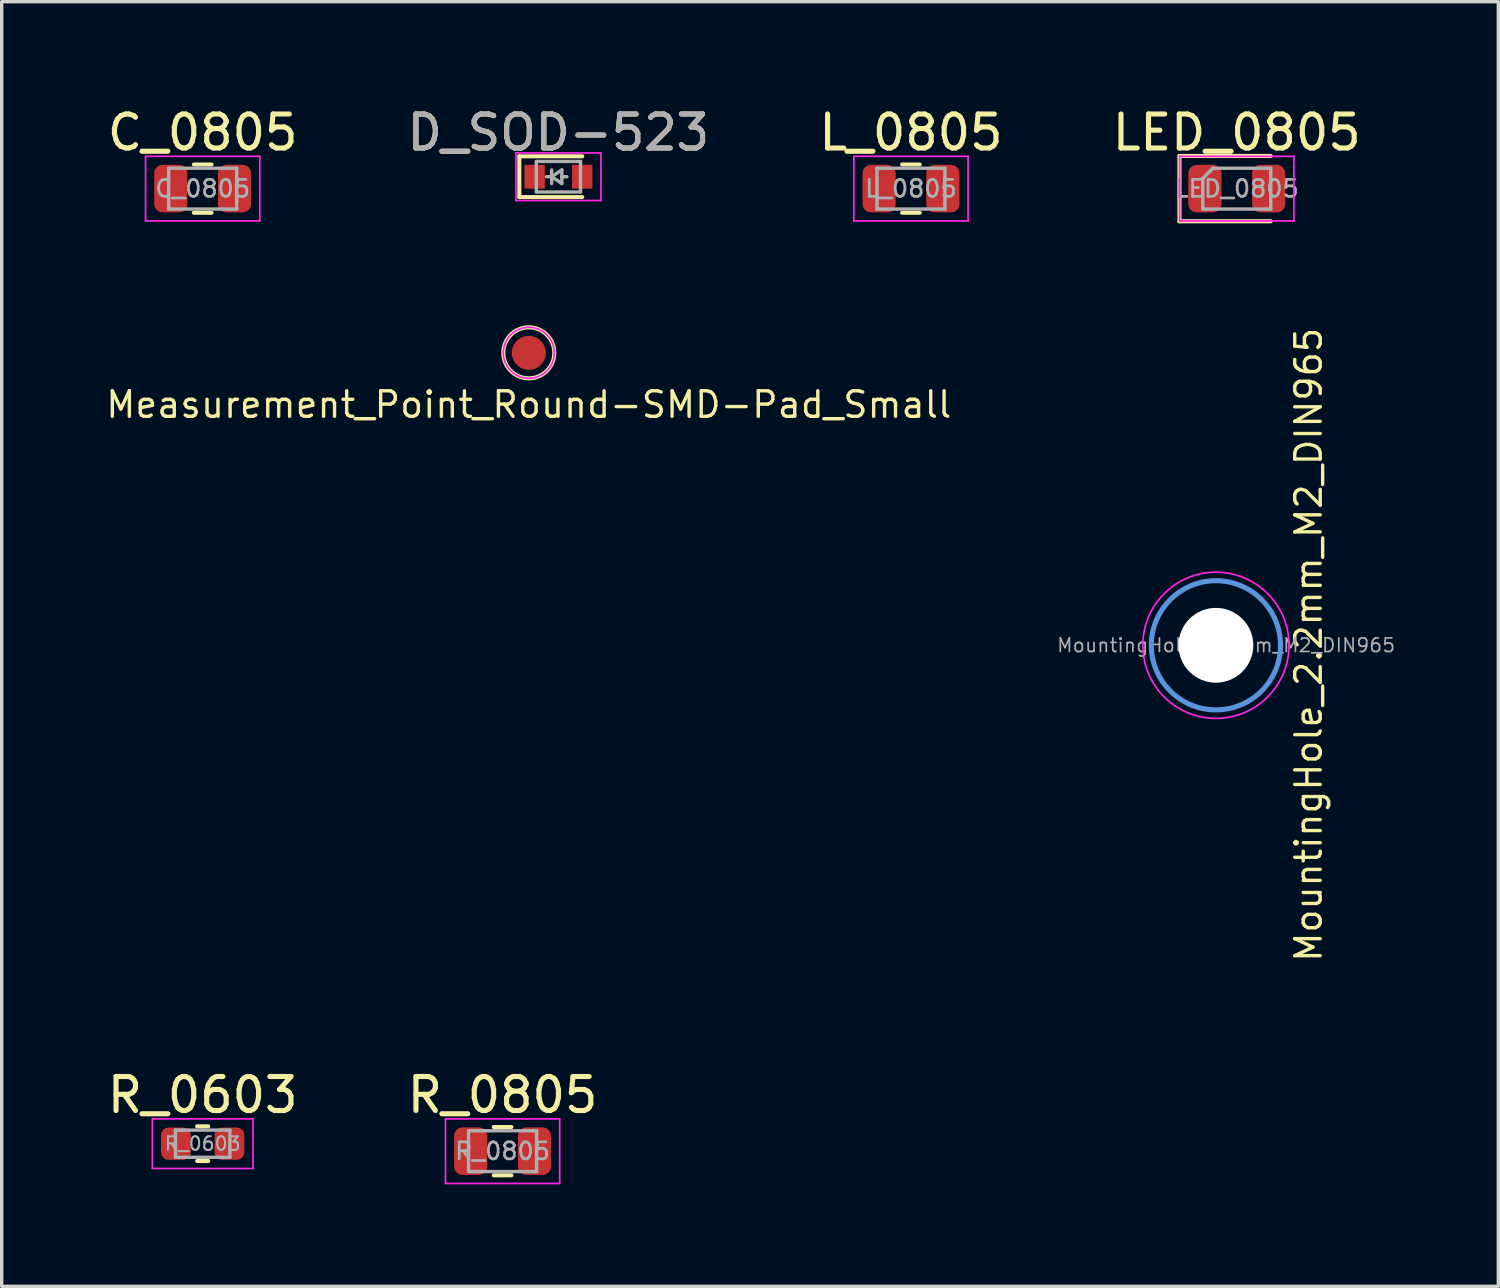
<source format=kicad_pcb>
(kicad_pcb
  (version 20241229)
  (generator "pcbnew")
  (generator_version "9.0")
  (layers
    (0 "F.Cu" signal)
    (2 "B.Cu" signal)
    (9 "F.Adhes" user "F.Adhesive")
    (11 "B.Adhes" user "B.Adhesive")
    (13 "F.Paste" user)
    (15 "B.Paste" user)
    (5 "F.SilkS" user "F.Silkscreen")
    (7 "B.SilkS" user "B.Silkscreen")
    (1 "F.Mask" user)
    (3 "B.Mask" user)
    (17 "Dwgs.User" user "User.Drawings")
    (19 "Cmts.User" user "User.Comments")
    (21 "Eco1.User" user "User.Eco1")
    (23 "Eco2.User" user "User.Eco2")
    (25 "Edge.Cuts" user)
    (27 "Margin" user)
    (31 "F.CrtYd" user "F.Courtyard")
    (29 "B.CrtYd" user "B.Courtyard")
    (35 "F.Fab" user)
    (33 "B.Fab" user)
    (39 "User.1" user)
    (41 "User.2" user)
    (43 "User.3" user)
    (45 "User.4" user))
  (footprint "LED_0805"
    (layer "F.Cu")
    (at 33.327 2.498)
    (property "Reference" "LED_0805" (at 0 -1.65 0) (layer "F.SilkS") (effects (font (size 1 1) (thickness 0.15))))
    (attr smd)
    (fp_line (start -1.685 -0.96) (end -1.685 0.96) (stroke (width 0.12) (type solid)) (layer "F.SilkS"))
    (fp_line (start -1.685 0.96) (end 1 0.96) (stroke (width 0.12) (type solid)) (layer "F.SilkS"))
    (fp_line (start 1 -0.96) (end -1.685 -0.96) (stroke (width 0.12) (type solid)) (layer "F.SilkS"))
    (fp_line (start -1.68 -0.95) (end 1.68 -0.95) (stroke (width 0.05) (type solid)) (layer "F.CrtYd"))
    (fp_line (start -1.68 0.95) (end -1.68 -0.95) (stroke (width 0.05) (type solid)) (layer "F.CrtYd"))
    (fp_line (start 1.68 -0.95) (end 1.68 0.95) (stroke (width 0.05) (type solid)) (layer "F.CrtYd"))
    (fp_line (start 1.68 0.95) (end -1.68 0.95) (stroke (width 0.05) (type solid)) (layer "F.CrtYd"))
    (fp_line (start -1 -0.3) (end -1 0.6) (stroke (width 0.1) (type solid)) (layer "F.Fab"))
    (fp_line (start -1 0.6) (end 1 0.6) (stroke (width 0.1) (type solid)) (layer "F.Fab"))
    (fp_line (start -0.7 -0.6) (end -1 -0.3) (stroke (width 0.1) (type solid)) (layer "F.Fab"))
    (fp_line (start 1 -0.6) (end -0.7 -0.6) (stroke (width 0.1) (type solid)) (layer "F.Fab"))
    (fp_line (start 1 0.6) (end 1 -0.6) (stroke (width 0.1) (type solid)) (layer "F.Fab"))
    (fp_text user "${REFERENCE}" (at 0 0 0) (layer "F.Fab") (effects (font (size 0.5 0.5) (thickness 0.08))))
    (pad "1" smd roundrect (at -0.938 0) (size 0.975 1.4) (layers "F.Cu" "F.Mask" "F.Paste") (roundrect_rratio 0.25))
    (pad "2" smd roundrect (at 0.938 0) (size 0.975 1.4) (layers "F.Cu" "F.Mask" "F.Paste") (roundrect_rratio 0.25)))
  (footprint "Measurement_Point_Round-SMD-Pad_Small"
    (layer "F.Cu")
    (at 12.504 7.328)
    (property "Reference" "Measurement_Point_Round-SMD-Pad_Small" (at 0 1.524 0) (layer "F.SilkS") (effects (font (size 0.75 0.75) (thickness 0.1))))
    (attr exclude_from_pos_files exclude_from_bom)
    (fp_circle (center 0 0) (end 0.75 0) (stroke (width 0.12) (type solid)) (fill no) (layer "F.SilkS"))
    (fp_circle (center 0 0) (end 0.75 0) (stroke (width 0.05) (type solid)) (fill no) (layer "F.CrtYd"))
    (pad "1" smd circle (at 0 0) (size 1 1) (layers "F.Cu" "F.Mask")))
  (footprint "D_SOD-523"
    (layer "F.Cu")
    (at 13.375 2.148)
    (property "Reference" "D_SOD-523" (at 0 -1.3 0) (layer "F.SilkS") (effects (font (size 1 1) (thickness 0.15))))
    (attr smd)
    (fp_line (start -1.15 -0.6) (end -1.15 0.6) (stroke (width 0.12) (type solid)) (layer "F.SilkS"))
    (fp_line (start 0.7 -0.6) (end -1.15 -0.6) (stroke (width 0.12) (type solid)) (layer "F.SilkS"))
    (fp_line (start 0.7 0.6) (end -1.15 0.6) (stroke (width 0.12) (type solid)) (layer "F.SilkS"))
    (fp_line (start -1.25 -0.7) (end 1.25 -0.7) (stroke (width 0.05) (type solid)) (layer "F.CrtYd"))
    (fp_line (start -1.25 0.7) (end -1.25 -0.7) (stroke (width 0.05) (type solid)) (layer "F.CrtYd"))
    (fp_line (start 1.25 -0.7) (end 1.25 0.7) (stroke (width 0.05) (type solid)) (layer "F.CrtYd"))
    (fp_line (start 1.25 0.7) (end -1.25 0.7) (stroke (width 0.05) (type solid)) (layer "F.CrtYd"))
    (fp_line (start -0.65 -0.45) (end 0.65 -0.45) (stroke (width 0.1) (type solid)) (layer "F.Fab"))
    (fp_line (start -0.65 0.45) (end -0.65 -0.45) (stroke (width 0.1) (type solid)) (layer "F.Fab"))
    (fp_line (start -0.2 0) (end -0.35 0) (stroke (width 0.1) (type solid)) (layer "F.Fab"))
    (fp_line (start -0.2 0) (end 0.1 0.2) (stroke (width 0.1) (type solid)) (layer "F.Fab"))
    (fp_line (start -0.2 0.2) (end -0.2 -0.2) (stroke (width 0.1) (type solid)) (layer "F.Fab"))
    (fp_line (start 0.1 -0.2) (end -0.2 0) (stroke (width 0.1) (type solid)) (layer "F.Fab"))
    (fp_line (start 0.1 0) (end 0.25 0) (stroke (width 0.1) (type solid)) (layer "F.Fab"))
    (fp_line (start 0.1 0.2) (end 0.1 -0.2) (stroke (width 0.1) (type solid)) (layer "F.Fab"))
    (fp_line (start 0.65 -0.45) (end 0.65 0.45) (stroke (width 0.1) (type solid)) (layer "F.Fab"))
    (fp_line (start 0.65 0.45) (end -0.65 0.45) (stroke (width 0.1) (type solid)) (layer "F.Fab"))
    (fp_text user "${REFERENCE}" (at 0 -1.3 0) (layer "F.Fab") (effects (font (size 1 1) (thickness 0.15))))
    (pad "1" smd rect (at -0.7 0 180) (size 0.6 0.7) (layers "F.Cu" "F.Mask" "F.Paste"))
    (pad "2" smd rect (at 0.7 0 180) (size 0.6 0.7) (layers "F.Cu" "F.Mask" "F.Paste")))
  (footprint "L_0805"
    (layer "F.Cu")
    (at 23.744 2.498)
    (property "Reference" "L_0805" (at 0 -1.65 0) (layer "F.SilkS") (effects (font (size 1 1) (thickness 0.15))))
    (attr smd)
    (fp_line (start -0.259 -0.71) (end 0.259 -0.71) (stroke (width 0.12) (type solid)) (layer "F.SilkS"))
    (fp_line (start -0.259 0.71) (end 0.259 0.71) (stroke (width 0.12) (type solid)) (layer "F.SilkS"))
    (fp_line (start -1.68 -0.95) (end 1.68 -0.95) (stroke (width 0.05) (type solid)) (layer "F.CrtYd"))
    (fp_line (start -1.68 0.95) (end -1.68 -0.95) (stroke (width 0.05) (type solid)) (layer "F.CrtYd"))
    (fp_line (start 1.68 -0.95) (end 1.68 0.95) (stroke (width 0.05) (type solid)) (layer "F.CrtYd"))
    (fp_line (start 1.68 0.95) (end -1.68 0.95) (stroke (width 0.05) (type solid)) (layer "F.CrtYd"))
    (fp_line (start -1 -0.6) (end 1 -0.6) (stroke (width 0.1) (type solid)) (layer "F.Fab"))
    (fp_line (start -1 0.6) (end -1 -0.6) (stroke (width 0.1) (type solid)) (layer "F.Fab"))
    (fp_line (start 1 -0.6) (end 1 0.6) (stroke (width 0.1) (type solid)) (layer "F.Fab"))
    (fp_line (start 1 0.6) (end -1 0.6) (stroke (width 0.1) (type solid)) (layer "F.Fab"))
    (fp_text user "${REFERENCE}" (at 0 0 0) (layer "F.Fab") (effects (font (size 0.5 0.5) (thickness 0.08))))
    (pad "1" smd roundrect (at -0.938 0) (size 0.975 1.4) (layers "F.Cu" "F.Mask" "F.Paste") (roundrect_rratio 0.25))
    (pad "2" smd roundrect (at 0.938 0) (size 0.975 1.4) (layers "F.Cu" "F.Mask" "F.Paste") (roundrect_rratio 0.25)))
  (footprint "R_0805"
    (layer "F.Cu")
    (at 11.732 30.809)
    (property "Reference" "R_0805" (at 0 -1.65 0) (layer "F.SilkS") (effects (font (size 1 1) (thickness 0.15))))
    (attr smd)
    (fp_line (start -0.259 -0.71) (end 0.259 -0.71) (stroke (width 0.12) (type solid)) (layer "F.SilkS"))
    (fp_line (start -0.259 0.71) (end 0.259 0.71) (stroke (width 0.12) (type solid)) (layer "F.SilkS"))
    (fp_line (start -1.68 -0.95) (end 1.68 -0.95) (stroke (width 0.05) (type solid)) (layer "F.CrtYd"))
    (fp_line (start -1.68 0.95) (end -1.68 -0.95) (stroke (width 0.05) (type solid)) (layer "F.CrtYd"))
    (fp_line (start 1.68 -0.95) (end 1.68 0.95) (stroke (width 0.05) (type solid)) (layer "F.CrtYd"))
    (fp_line (start 1.68 0.95) (end -1.68 0.95) (stroke (width 0.05) (type solid)) (layer "F.CrtYd"))
    (fp_line (start -1 -0.6) (end 1 -0.6) (stroke (width 0.1) (type solid)) (layer "F.Fab"))
    (fp_line (start -1 0.6) (end -1 -0.6) (stroke (width 0.1) (type solid)) (layer "F.Fab"))
    (fp_line (start 1 -0.6) (end 1 0.6) (stroke (width 0.1) (type solid)) (layer "F.Fab"))
    (fp_line (start 1 0.6) (end -1 0.6) (stroke (width 0.1) (type solid)) (layer "F.Fab"))
    (fp_text user "${REFERENCE}" (at 0 0 0) (layer "F.Fab") (effects (font (size 0.5 0.5) (thickness 0.08))))
    (pad "1" smd roundrect (at -0.938 0) (size 0.975 1.4) (layers "F.Cu" "F.Mask" "F.Paste") (roundrect_rratio 0.25))
    (pad "2" smd roundrect (at 0.938 0) (size 0.975 1.4) (layers "F.Cu" "F.Mask" "F.Paste") (roundrect_rratio 0.25)))
  (footprint "MountingHole_2.2mm_M2_DIN965"
    (layer "F.Cu")
    (at 32.714 15.93)
    (property "Reference" "MountingHole_2.2mm_M2_DIN965" (at 2.726 -0.015 90) (layer "F.SilkS") (effects (font (size 0.75 0.75) (thickness 0.1))))
    (attr exclude_from_pos_files exclude_from_bom)
    (fp_circle (center 0 0) (end 1.9 0) (stroke (width 0.15) (type solid)) (fill no) (layer "Cmts.User"))
    (fp_circle (center 0 0) (end 2.15 0) (stroke (width 0.05) (type solid)) (fill no) (layer "F.CrtYd"))
    (fp_text user "${REFERENCE}" (at 0.3 0 0) (layer "F.Fab") (effects (font (size 0.4 0.4) (thickness 0.05))))
    (pad "" np_thru_hole circle (at 0 0) (size 2.2 2.2) (drill 2.2) (layers "*.Cu" "*.Mask")))
  (footprint "C_0805"
    (layer "F.Cu")
    (at 2.911 2.498)
    (property "Reference" "C_0805" (at 0 -1.65 0) (layer "F.SilkS") (effects (font (size 1 1) (thickness 0.15))))
    (attr smd)
    (fp_line (start -0.259 -0.71) (end 0.259 -0.71) (stroke (width 0.12) (type solid)) (layer "F.SilkS"))
    (fp_line (start -0.259 0.71) (end 0.259 0.71) (stroke (width 0.12) (type solid)) (layer "F.SilkS"))
    (fp_line (start -1.68 -0.95) (end 1.68 -0.95) (stroke (width 0.05) (type solid)) (layer "F.CrtYd"))
    (fp_line (start -1.68 0.95) (end -1.68 -0.95) (stroke (width 0.05) (type solid)) (layer "F.CrtYd"))
    (fp_line (start 1.68 -0.95) (end 1.68 0.95) (stroke (width 0.05) (type solid)) (layer "F.CrtYd"))
    (fp_line (start 1.68 0.95) (end -1.68 0.95) (stroke (width 0.05) (type solid)) (layer "F.CrtYd"))
    (fp_line (start -1 -0.6) (end 1 -0.6) (stroke (width 0.1) (type solid)) (layer "F.Fab"))
    (fp_line (start -1 0.6) (end -1 -0.6) (stroke (width 0.1) (type solid)) (layer "F.Fab"))
    (fp_line (start 1 -0.6) (end 1 0.6) (stroke (width 0.1) (type solid)) (layer "F.Fab"))
    (fp_line (start 1 0.6) (end -1 0.6) (stroke (width 0.1) (type solid)) (layer "F.Fab"))
    (fp_text user "${REFERENCE}" (at 0 0 0) (layer "F.Fab") (effects (font (size 0.5 0.5) (thickness 0.08))))
    (pad "1" smd roundrect (at -0.938 0) (size 0.975 1.4) (layers "F.Cu" "F.Mask" "F.Paste") (roundrect_rratio 0.25))
    (pad "2" smd roundrect (at 0.938 0) (size 0.975 1.4) (layers "F.Cu" "F.Mask" "F.Paste") (roundrect_rratio 0.25)))
  (footprint "R_0603"
    (layer "F.Cu")
    (at 2.911 30.589)
    (property "Reference" "R_0603" (at 0 -1.43 0) (layer "F.SilkS") (effects (font (size 1 1) (thickness 0.15))))
    (attr smd)
    (fp_line (start -0.163 -0.51) (end 0.163 -0.51) (stroke (width 0.12) (type solid)) (layer "F.SilkS"))
    (fp_line (start -0.163 0.51) (end 0.163 0.51) (stroke (width 0.12) (type solid)) (layer "F.SilkS"))
    (fp_line (start -1.48 -0.73) (end 1.48 -0.73) (stroke (width 0.05) (type solid)) (layer "F.CrtYd"))
    (fp_line (start -1.48 0.73) (end -1.48 -0.73) (stroke (width 0.05) (type solid)) (layer "F.CrtYd"))
    (fp_line (start 1.48 -0.73) (end 1.48 0.73) (stroke (width 0.05) (type solid)) (layer "F.CrtYd"))
    (fp_line (start 1.48 0.73) (end -1.48 0.73) (stroke (width 0.05) (type solid)) (layer "F.CrtYd"))
    (fp_line (start -0.8 -0.4) (end 0.8 -0.4) (stroke (width 0.1) (type solid)) (layer "F.Fab"))
    (fp_line (start -0.8 0.4) (end -0.8 -0.4) (stroke (width 0.1) (type solid)) (layer "F.Fab"))
    (fp_line (start 0.8 -0.4) (end 0.8 0.4) (stroke (width 0.1) (type solid)) (layer "F.Fab"))
    (fp_line (start 0.8 0.4) (end -0.8 0.4) (stroke (width 0.1) (type solid)) (layer "F.Fab"))
    (fp_text user "${REFERENCE}" (at 0 0 0) (layer "F.Fab") (effects (font (size 0.4 0.4) (thickness 0.06))))
    (pad "1" smd roundrect (at -0.787 0) (size 0.875 0.95) (layers "F.Cu" "F.Mask" "F.Paste") (roundrect_rratio 0.25))
    (pad "2" smd roundrect (at 0.787 0) (size 0.875 0.95) (layers "F.Cu" "F.Mask" "F.Paste") (roundrect_rratio 0.25)))
  (gr_rect
    (start -3 -3)
    (end 41.02 34.784)
    (stroke (width 0.1) (type default))
    (fill no)
    (layer "Edge.Cuts")))
</source>
